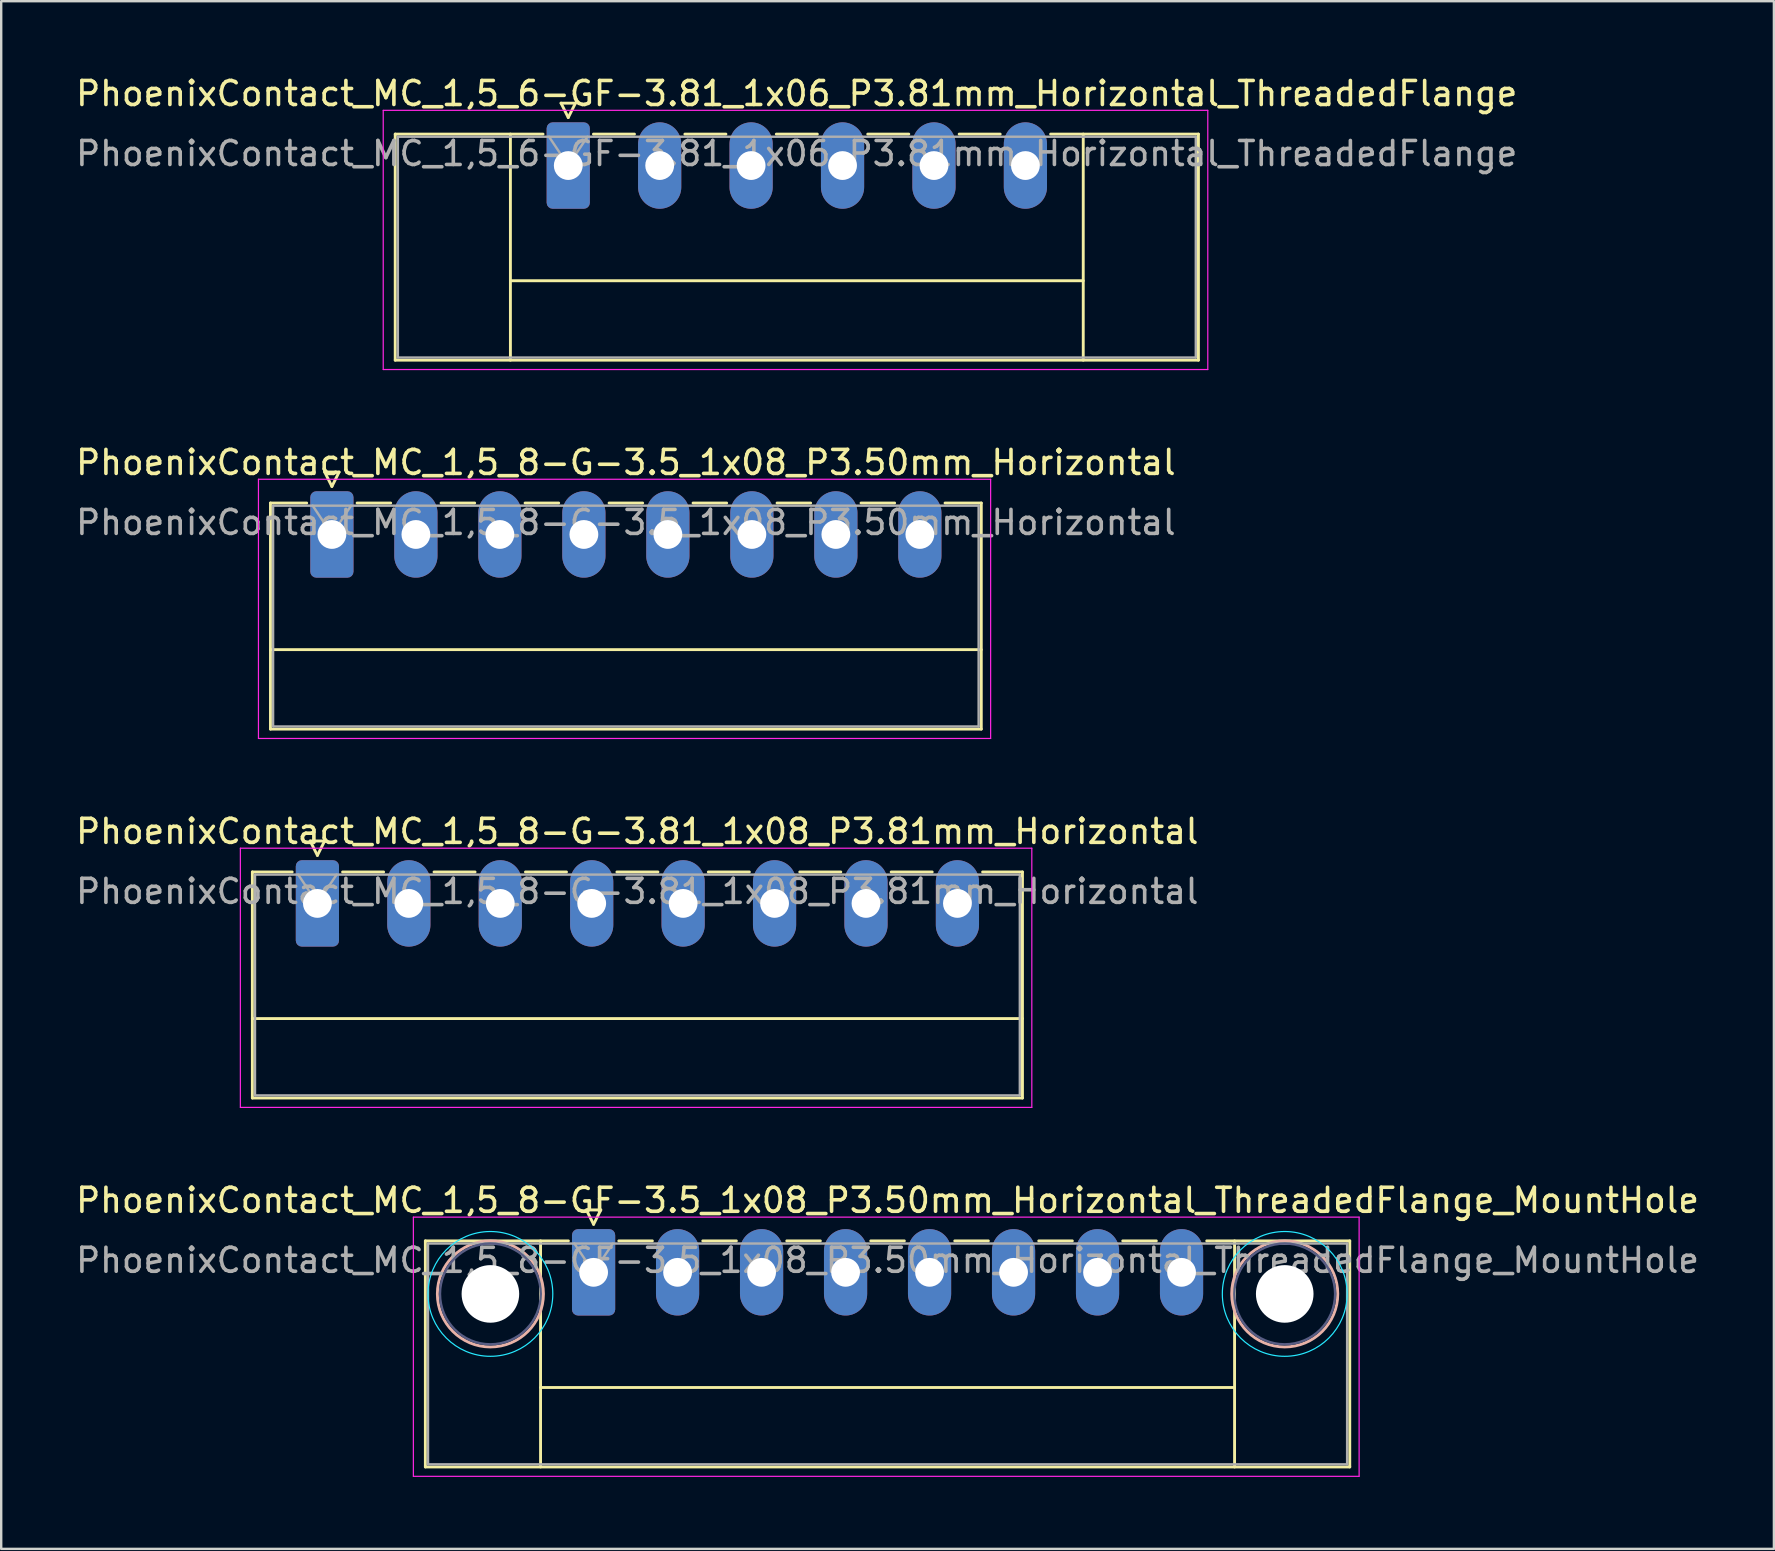
<source format=kicad_pcb>
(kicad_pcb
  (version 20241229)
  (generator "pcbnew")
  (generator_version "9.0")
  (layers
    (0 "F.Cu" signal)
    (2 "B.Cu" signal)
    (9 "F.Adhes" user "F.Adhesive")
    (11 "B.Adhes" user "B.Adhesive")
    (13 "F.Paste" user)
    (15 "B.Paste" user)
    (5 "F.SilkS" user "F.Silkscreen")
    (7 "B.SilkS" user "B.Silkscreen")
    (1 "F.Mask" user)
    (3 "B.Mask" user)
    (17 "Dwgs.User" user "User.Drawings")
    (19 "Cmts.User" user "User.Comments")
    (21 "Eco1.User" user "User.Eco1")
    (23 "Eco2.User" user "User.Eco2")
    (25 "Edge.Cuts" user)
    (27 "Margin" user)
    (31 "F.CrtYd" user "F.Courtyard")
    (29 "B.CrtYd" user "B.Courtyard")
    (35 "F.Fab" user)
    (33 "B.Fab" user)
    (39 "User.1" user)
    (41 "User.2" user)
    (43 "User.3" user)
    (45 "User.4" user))
  (footprint "PhoenixContact_MC_1,5_8-GF-3.5_1x08_P3.50mm_Horizontal_ThreadedFlange_MountHole"
    (layer "F.Cu")
    (at 21.685 49.968)
    (property "Reference" "PhoenixContact_MC_1,5_8-GF-3.5_1x08_P3.50mm_Horizontal_ThreadedFlange_MountHole" (at 12.25 -3 0) (layer "F.SilkS") (effects (font (size 1 1) (thickness 0.15))))
    (attr through_hole)
    (fp_line (start -7.01 -1.31) (end -7.01 8.11) (stroke (width 0.12) (type solid)) (layer "F.SilkS"))
    (fp_line (start -7.01 -1.31) (end -1.05 -1.31) (stroke (width 0.12) (type solid)) (layer "F.SilkS"))
    (fp_line (start -7.01 8.11) (end 31.51 8.11) (stroke (width 0.12) (type solid)) (layer "F.SilkS"))
    (fp_line (start -2.21 -1.31) (end -2.21 8.11) (stroke (width 0.12) (type solid)) (layer "F.SilkS"))
    (fp_line (start -2.21 4.8) (end 26.71 4.8) (stroke (width 0.12) (type solid)) (layer "F.SilkS"))
    (fp_line (start -0.3 -2.6) (end 0.3 -2.6) (stroke (width 0.12) (type solid)) (layer "F.SilkS"))
    (fp_line (start 0 -2) (end -0.3 -2.6) (stroke (width 0.12) (type solid)) (layer "F.SilkS"))
    (fp_line (start 0.3 -2.6) (end 0 -2) (stroke (width 0.12) (type solid)) (layer "F.SilkS"))
    (fp_line (start 1.05 -1.31) (end 2.45 -1.31) (stroke (width 0.12) (type solid)) (layer "F.SilkS"))
    (fp_line (start 4.55 -1.31) (end 5.95 -1.31) (stroke (width 0.12) (type solid)) (layer "F.SilkS"))
    (fp_line (start 8.05 -1.31) (end 9.45 -1.31) (stroke (width 0.12) (type solid)) (layer "F.SilkS"))
    (fp_line (start 11.55 -1.31) (end 12.95 -1.31) (stroke (width 0.12) (type solid)) (layer "F.SilkS"))
    (fp_line (start 15.05 -1.31) (end 16.45 -1.31) (stroke (width 0.12) (type solid)) (layer "F.SilkS"))
    (fp_line (start 18.55 -1.31) (end 19.95 -1.31) (stroke (width 0.12) (type solid)) (layer "F.SilkS"))
    (fp_line (start 22.05 -1.31) (end 23.45 -1.31) (stroke (width 0.12) (type solid)) (layer "F.SilkS"))
    (fp_line (start 26.71 -1.31) (end 26.71 8.11) (stroke (width 0.12) (type solid)) (layer "F.SilkS"))
    (fp_line (start 31.51 -1.31) (end 25.55 -1.31) (stroke (width 0.12) (type solid)) (layer "F.SilkS"))
    (fp_line (start 31.51 8.11) (end 31.51 -1.31) (stroke (width 0.12) (type solid)) (layer "F.SilkS"))
    (fp_circle (center -4.3 0.9) (end -2.09 0.9) (stroke (width 0.12) (type solid)) (fill no) (layer "B.SilkS"))
    (fp_circle (center 28.8 0.9) (end 31.01 0.9) (stroke (width 0.12) (type solid)) (fill no) (layer "B.SilkS"))
    (fp_circle (center -4.3 0.9) (end -1.7 0.9) (stroke (width 0.05) (type solid)) (fill no) (layer "B.CrtYd"))
    (fp_circle (center 28.8 0.9) (end 31.4 0.9) (stroke (width 0.05) (type solid)) (fill no) (layer "B.CrtYd"))
    (fp_line (start -7.51 -2.3) (end -7.51 8.5) (stroke (width 0.05) (type solid)) (layer "F.CrtYd"))
    (fp_line (start -7.51 8.5) (end 31.9 8.5) (stroke (width 0.05) (type solid)) (layer "F.CrtYd"))
    (fp_line (start 31.9 -2.3) (end -7.51 -2.3) (stroke (width 0.05) (type solid)) (layer "F.CrtYd"))
    (fp_line (start 31.9 8.5) (end 31.9 -2.3) (stroke (width 0.05) (type solid)) (layer "F.CrtYd"))
    (fp_circle (center -4.3 0.9) (end -2.2 0.9) (stroke (width 0.1) (type solid)) (fill no) (layer "B.Fab"))
    (fp_circle (center 28.8 0.9) (end 30.9 0.9) (stroke (width 0.1) (type solid)) (fill no) (layer "B.Fab"))
    (fp_line (start -6.9 -1.2) (end -6.9 8) (stroke (width 0.1) (type solid)) (layer "F.Fab"))
    (fp_line (start -6.9 8) (end 31.4 8) (stroke (width 0.1) (type solid)) (layer "F.Fab"))
    (fp_line (start 0 0) (end -0.8 -1.2) (stroke (width 0.1) (type solid)) (layer "F.Fab"))
    (fp_line (start 0.8 -1.2) (end 0 0) (stroke (width 0.1) (type solid)) (layer "F.Fab"))
    (fp_line (start 31.4 -1.2) (end -6.9 -1.2) (stroke (width 0.1) (type solid)) (layer "F.Fab"))
    (fp_line (start 31.4 8) (end 31.4 -1.2) (stroke (width 0.1) (type solid)) (layer "F.Fab"))
    (fp_text user "${REFERENCE}" (at 12.25 -0.5 0) (layer "F.Fab") (effects (font (size 1 1) (thickness 0.15))))
    (pad "" np_thru_hole circle (at -4.3 0.9) (size 2.4 2.4) (drill 2.4) (layers "*.Cu" "*.Mask"))
    (pad "" np_thru_hole circle (at 28.8 0.9) (size 2.4 2.4) (drill 2.4) (layers "*.Cu" "*.Mask"))
    (pad "1" thru_hole roundrect (at 0 0) (size 1.8 3.6) (drill 1.2) (layers "*.Cu" "*.Mask") (roundrect_rratio 0.139))
    (pad "2" thru_hole oval (at 3.5 0) (size 1.8 3.6) (drill 1.2) (layers "*.Cu" "*.Mask"))
    (pad "3" thru_hole oval (at 7 0) (size 1.8 3.6) (drill 1.2) (layers "*.Cu" "*.Mask"))
    (pad "4" thru_hole oval (at 10.5 0) (size 1.8 3.6) (drill 1.2) (layers "*.Cu" "*.Mask"))
    (pad "5" thru_hole oval (at 14 0) (size 1.8 3.6) (drill 1.2) (layers "*.Cu" "*.Mask"))
    (pad "6" thru_hole oval (at 17.5 0) (size 1.8 3.6) (drill 1.2) (layers "*.Cu" "*.Mask"))
    (pad "7" thru_hole oval (at 21 0) (size 1.8 3.6) (drill 1.2) (layers "*.Cu" "*.Mask"))
    (pad "8" thru_hole oval (at 24.5 0) (size 1.8 3.6) (drill 1.2) (layers "*.Cu" "*.Mask")))
  (footprint "PhoenixContact_MC_1,5_8-G-3.5_1x08_P3.50mm_Horizontal"
    (layer "F.Cu")
    (at 10.78 19.221)
    (property "Reference" "PhoenixContact_MC_1,5_8-G-3.5_1x08_P3.50mm_Horizontal" (at 12.25 -3 0) (layer "F.SilkS") (effects (font (size 1 1) (thickness 0.15))))
    (attr through_hole)
    (fp_line (start -2.56 -1.31) (end -2.56 8.11) (stroke (width 0.12) (type solid)) (layer "F.SilkS"))
    (fp_line (start -2.56 -1.31) (end -1.05 -1.31) (stroke (width 0.12) (type solid)) (layer "F.SilkS"))
    (fp_line (start -2.56 4.8) (end 27.06 4.8) (stroke (width 0.12) (type solid)) (layer "F.SilkS"))
    (fp_line (start -2.56 8.11) (end 27.06 8.11) (stroke (width 0.12) (type solid)) (layer "F.SilkS"))
    (fp_line (start -0.3 -2.6) (end 0.3 -2.6) (stroke (width 0.12) (type solid)) (layer "F.SilkS"))
    (fp_line (start 0 -2) (end -0.3 -2.6) (stroke (width 0.12) (type solid)) (layer "F.SilkS"))
    (fp_line (start 0.3 -2.6) (end 0 -2) (stroke (width 0.12) (type solid)) (layer "F.SilkS"))
    (fp_line (start 1.05 -1.31) (end 2.45 -1.31) (stroke (width 0.12) (type solid)) (layer "F.SilkS"))
    (fp_line (start 4.55 -1.31) (end 5.95 -1.31) (stroke (width 0.12) (type solid)) (layer "F.SilkS"))
    (fp_line (start 8.05 -1.31) (end 9.45 -1.31) (stroke (width 0.12) (type solid)) (layer "F.SilkS"))
    (fp_line (start 11.55 -1.31) (end 12.95 -1.31) (stroke (width 0.12) (type solid)) (layer "F.SilkS"))
    (fp_line (start 15.05 -1.31) (end 16.45 -1.31) (stroke (width 0.12) (type solid)) (layer "F.SilkS"))
    (fp_line (start 18.55 -1.31) (end 19.95 -1.31) (stroke (width 0.12) (type solid)) (layer "F.SilkS"))
    (fp_line (start 22.05 -1.31) (end 23.45 -1.31) (stroke (width 0.12) (type solid)) (layer "F.SilkS"))
    (fp_line (start 27.06 -1.31) (end 25.55 -1.31) (stroke (width 0.12) (type solid)) (layer "F.SilkS"))
    (fp_line (start 27.06 8.11) (end 27.06 -1.31) (stroke (width 0.12) (type solid)) (layer "F.SilkS"))
    (fp_line (start -3.06 -2.3) (end -3.06 8.5) (stroke (width 0.05) (type solid)) (layer "F.CrtYd"))
    (fp_line (start -3.06 8.5) (end 27.45 8.5) (stroke (width 0.05) (type solid)) (layer "F.CrtYd"))
    (fp_line (start 27.45 -2.3) (end -3.06 -2.3) (stroke (width 0.05) (type solid)) (layer "F.CrtYd"))
    (fp_line (start 27.45 8.5) (end 27.45 -2.3) (stroke (width 0.05) (type solid)) (layer "F.CrtYd"))
    (fp_line (start -2.45 -1.2) (end -2.45 8) (stroke (width 0.1) (type solid)) (layer "F.Fab"))
    (fp_line (start -2.45 8) (end 26.95 8) (stroke (width 0.1) (type solid)) (layer "F.Fab"))
    (fp_line (start 0 0) (end -0.8 -1.2) (stroke (width 0.1) (type solid)) (layer "F.Fab"))
    (fp_line (start 0.8 -1.2) (end 0 0) (stroke (width 0.1) (type solid)) (layer "F.Fab"))
    (fp_line (start 26.95 -1.2) (end -2.45 -1.2) (stroke (width 0.1) (type solid)) (layer "F.Fab"))
    (fp_line (start 26.95 8) (end 26.95 -1.2) (stroke (width 0.1) (type solid)) (layer "F.Fab"))
    (fp_text user "${REFERENCE}" (at 12.25 -0.5 0) (layer "F.Fab") (effects (font (size 1 1) (thickness 0.15))))
    (pad "1" thru_hole roundrect (at 0 0) (size 1.8 3.6) (drill 1.2) (layers "*.Cu" "*.Mask") (roundrect_rratio 0.139))
    (pad "2" thru_hole oval (at 3.5 0) (size 1.8 3.6) (drill 1.2) (layers "*.Cu" "*.Mask"))
    (pad "3" thru_hole oval (at 7 0) (size 1.8 3.6) (drill 1.2) (layers "*.Cu" "*.Mask"))
    (pad "4" thru_hole oval (at 10.5 0) (size 1.8 3.6) (drill 1.2) (layers "*.Cu" "*.Mask"))
    (pad "5" thru_hole oval (at 14 0) (size 1.8 3.6) (drill 1.2) (layers "*.Cu" "*.Mask"))
    (pad "6" thru_hole oval (at 17.5 0) (size 1.8 3.6) (drill 1.2) (layers "*.Cu" "*.Mask"))
    (pad "7" thru_hole oval (at 21 0) (size 1.8 3.6) (drill 1.2) (layers "*.Cu" "*.Mask"))
    (pad "8" thru_hole oval (at 24.5 0) (size 1.8 3.6) (drill 1.2) (layers "*.Cu" "*.Mask")))
  (footprint "PhoenixContact_MC_1,5_6-GF-3.81_1x06_P3.81mm_Horizontal_ThreadedFlange"
    (layer "F.Cu")
    (at 20.629 3.848)
    (property "Reference" "PhoenixContact_MC_1,5_6-GF-3.81_1x06_P3.81mm_Horizontal_ThreadedFlange" (at 9.52 -3 0) (layer "F.SilkS") (effects (font (size 1 1) (thickness 0.15))))
    (attr through_hole)
    (fp_line (start -7.21 -1.31) (end -7.21 8.11) (stroke (width 0.12) (type solid)) (layer "F.SilkS"))
    (fp_line (start -7.21 -1.31) (end -1.05 -1.31) (stroke (width 0.12) (type solid)) (layer "F.SilkS"))
    (fp_line (start -7.21 8.11) (end 26.26 8.11) (stroke (width 0.12) (type solid)) (layer "F.SilkS"))
    (fp_line (start -2.41 -1.31) (end -2.41 8.11) (stroke (width 0.12) (type solid)) (layer "F.SilkS"))
    (fp_line (start -2.41 4.8) (end 21.46 4.8) (stroke (width 0.12) (type solid)) (layer "F.SilkS"))
    (fp_line (start -0.3 -2.6) (end 0.3 -2.6) (stroke (width 0.12) (type solid)) (layer "F.SilkS"))
    (fp_line (start 0 -2) (end -0.3 -2.6) (stroke (width 0.12) (type solid)) (layer "F.SilkS"))
    (fp_line (start 0.3 -2.6) (end 0 -2) (stroke (width 0.12) (type solid)) (layer "F.SilkS"))
    (fp_line (start 1.05 -1.31) (end 2.76 -1.31) (stroke (width 0.12) (type solid)) (layer "F.SilkS"))
    (fp_line (start 4.86 -1.31) (end 6.57 -1.31) (stroke (width 0.12) (type solid)) (layer "F.SilkS"))
    (fp_line (start 8.67 -1.31) (end 10.38 -1.31) (stroke (width 0.12) (type solid)) (layer "F.SilkS"))
    (fp_line (start 12.48 -1.31) (end 14.19 -1.31) (stroke (width 0.12) (type solid)) (layer "F.SilkS"))
    (fp_line (start 16.29 -1.31) (end 18 -1.31) (stroke (width 0.12) (type solid)) (layer "F.SilkS"))
    (fp_line (start 21.46 -1.31) (end 21.46 8.11) (stroke (width 0.12) (type solid)) (layer "F.SilkS"))
    (fp_line (start 26.26 -1.31) (end 20.1 -1.31) (stroke (width 0.12) (type solid)) (layer "F.SilkS"))
    (fp_line (start 26.26 8.11) (end 26.26 -1.31) (stroke (width 0.12) (type solid)) (layer "F.SilkS"))
    (fp_line (start -7.71 -2.3) (end -7.71 8.5) (stroke (width 0.05) (type solid)) (layer "F.CrtYd"))
    (fp_line (start -7.71 8.5) (end 26.65 8.5) (stroke (width 0.05) (type solid)) (layer "F.CrtYd"))
    (fp_line (start 26.65 -2.3) (end -7.71 -2.3) (stroke (width 0.05) (type solid)) (layer "F.CrtYd"))
    (fp_line (start 26.65 8.5) (end 26.65 -2.3) (stroke (width 0.05) (type solid)) (layer "F.CrtYd"))
    (fp_line (start -7.1 -1.2) (end -7.1 8) (stroke (width 0.1) (type solid)) (layer "F.Fab"))
    (fp_line (start -7.1 8) (end 26.15 8) (stroke (width 0.1) (type solid)) (layer "F.Fab"))
    (fp_line (start 0 0) (end -0.8 -1.2) (stroke (width 0.1) (type solid)) (layer "F.Fab"))
    (fp_line (start 0.8 -1.2) (end 0 0) (stroke (width 0.1) (type solid)) (layer "F.Fab"))
    (fp_line (start 26.15 -1.2) (end -7.1 -1.2) (stroke (width 0.1) (type solid)) (layer "F.Fab"))
    (fp_line (start 26.15 8) (end 26.15 -1.2) (stroke (width 0.1) (type solid)) (layer "F.Fab"))
    (fp_text user "${REFERENCE}" (at 9.52 -0.5 0) (layer "F.Fab") (effects (font (size 1 1) (thickness 0.15))))
    (pad "1" thru_hole roundrect (at 0 0) (size 1.8 3.6) (drill 1.2) (layers "*.Cu" "*.Mask") (roundrect_rratio 0.139))
    (pad "2" thru_hole oval (at 3.81 0) (size 1.8 3.6) (drill 1.2) (layers "*.Cu" "*.Mask"))
    (pad "3" thru_hole oval (at 7.62 0) (size 1.8 3.6) (drill 1.2) (layers "*.Cu" "*.Mask"))
    (pad "4" thru_hole oval (at 11.43 0) (size 1.8 3.6) (drill 1.2) (layers "*.Cu" "*.Mask"))
    (pad "5" thru_hole oval (at 15.24 0) (size 1.8 3.6) (drill 1.2) (layers "*.Cu" "*.Mask"))
    (pad "6" thru_hole oval (at 19.05 0) (size 1.8 3.6) (drill 1.2) (layers "*.Cu" "*.Mask")))
  (footprint "PhoenixContact_MC_1,5_8-G-3.81_1x08_P3.81mm_Horizontal"
    (layer "F.Cu")
    (at 10.176 34.595)
    (property "Reference" "PhoenixContact_MC_1,5_8-G-3.81_1x08_P3.81mm_Horizontal" (at 13.33 -3 0) (layer "F.SilkS") (effects (font (size 1 1) (thickness 0.15))))
    (attr through_hole)
    (fp_line (start -2.71 -1.31) (end -2.71 8.11) (stroke (width 0.12) (type solid)) (layer "F.SilkS"))
    (fp_line (start -2.71 -1.31) (end -1.05 -1.31) (stroke (width 0.12) (type solid)) (layer "F.SilkS"))
    (fp_line (start -2.71 4.8) (end 29.38 4.8) (stroke (width 0.12) (type solid)) (layer "F.SilkS"))
    (fp_line (start -2.71 8.11) (end 29.38 8.11) (stroke (width 0.12) (type solid)) (layer "F.SilkS"))
    (fp_line (start -0.3 -2.6) (end 0.3 -2.6) (stroke (width 0.12) (type solid)) (layer "F.SilkS"))
    (fp_line (start 0 -2) (end -0.3 -2.6) (stroke (width 0.12) (type solid)) (layer "F.SilkS"))
    (fp_line (start 0.3 -2.6) (end 0 -2) (stroke (width 0.12) (type solid)) (layer "F.SilkS"))
    (fp_line (start 1.05 -1.31) (end 2.76 -1.31) (stroke (width 0.12) (type solid)) (layer "F.SilkS"))
    (fp_line (start 4.86 -1.31) (end 6.57 -1.31) (stroke (width 0.12) (type solid)) (layer "F.SilkS"))
    (fp_line (start 8.67 -1.31) (end 10.38 -1.31) (stroke (width 0.12) (type solid)) (layer "F.SilkS"))
    (fp_line (start 12.48 -1.31) (end 14.19 -1.31) (stroke (width 0.12) (type solid)) (layer "F.SilkS"))
    (fp_line (start 16.29 -1.31) (end 18 -1.31) (stroke (width 0.12) (type solid)) (layer "F.SilkS"))
    (fp_line (start 20.1 -1.31) (end 21.81 -1.31) (stroke (width 0.12) (type solid)) (layer "F.SilkS"))
    (fp_line (start 23.91 -1.31) (end 25.62 -1.31) (stroke (width 0.12) (type solid)) (layer "F.SilkS"))
    (fp_line (start 29.38 -1.31) (end 27.72 -1.31) (stroke (width 0.12) (type solid)) (layer "F.SilkS"))
    (fp_line (start 29.38 8.11) (end 29.38 -1.31) (stroke (width 0.12) (type solid)) (layer "F.SilkS"))
    (fp_line (start -3.21 -2.3) (end -3.21 8.5) (stroke (width 0.05) (type solid)) (layer "F.CrtYd"))
    (fp_line (start -3.21 8.5) (end 29.77 8.5) (stroke (width 0.05) (type solid)) (layer "F.CrtYd"))
    (fp_line (start 29.77 -2.3) (end -3.21 -2.3) (stroke (width 0.05) (type solid)) (layer "F.CrtYd"))
    (fp_line (start 29.77 8.5) (end 29.77 -2.3) (stroke (width 0.05) (type solid)) (layer "F.CrtYd"))
    (fp_line (start -2.6 -1.2) (end -2.6 8) (stroke (width 0.1) (type solid)) (layer "F.Fab"))
    (fp_line (start -2.6 8) (end 29.27 8) (stroke (width 0.1) (type solid)) (layer "F.Fab"))
    (fp_line (start 0 0) (end -0.8 -1.2) (stroke (width 0.1) (type solid)) (layer "F.Fab"))
    (fp_line (start 0.8 -1.2) (end 0 0) (stroke (width 0.1) (type solid)) (layer "F.Fab"))
    (fp_line (start 29.27 -1.2) (end -2.6 -1.2) (stroke (width 0.1) (type solid)) (layer "F.Fab"))
    (fp_line (start 29.27 8) (end 29.27 -1.2) (stroke (width 0.1) (type solid)) (layer "F.Fab"))
    (fp_text user "${REFERENCE}" (at 13.33 -0.5 0) (layer "F.Fab") (effects (font (size 1 1) (thickness 0.15))))
    (pad "1" thru_hole roundrect (at 0 0) (size 1.8 3.6) (drill 1.2) (layers "*.Cu" "*.Mask") (roundrect_rratio 0.139))
    (pad "2" thru_hole oval (at 3.81 0) (size 1.8 3.6) (drill 1.2) (layers "*.Cu" "*.Mask"))
    (pad "3" thru_hole oval (at 7.62 0) (size 1.8 3.6) (drill 1.2) (layers "*.Cu" "*.Mask"))
    (pad "4" thru_hole oval (at 11.43 0) (size 1.8 3.6) (drill 1.2) (layers "*.Cu" "*.Mask"))
    (pad "5" thru_hole oval (at 15.24 0) (size 1.8 3.6) (drill 1.2) (layers "*.Cu" "*.Mask"))
    (pad "6" thru_hole oval (at 19.05 0) (size 1.8 3.6) (drill 1.2) (layers "*.Cu" "*.Mask"))
    (pad "7" thru_hole oval (at 22.86 0) (size 1.8 3.6) (drill 1.2) (layers "*.Cu" "*.Mask"))
    (pad "8" thru_hole oval (at 26.67 0) (size 1.8 3.6) (drill 1.2) (layers "*.Cu" "*.Mask")))
  (gr_rect
    (start -3 -3)
    (end 70.869 61.493)
    (stroke (width 0.1) (type default))
    (fill no)
    (layer "Edge.Cuts")))
</source>
